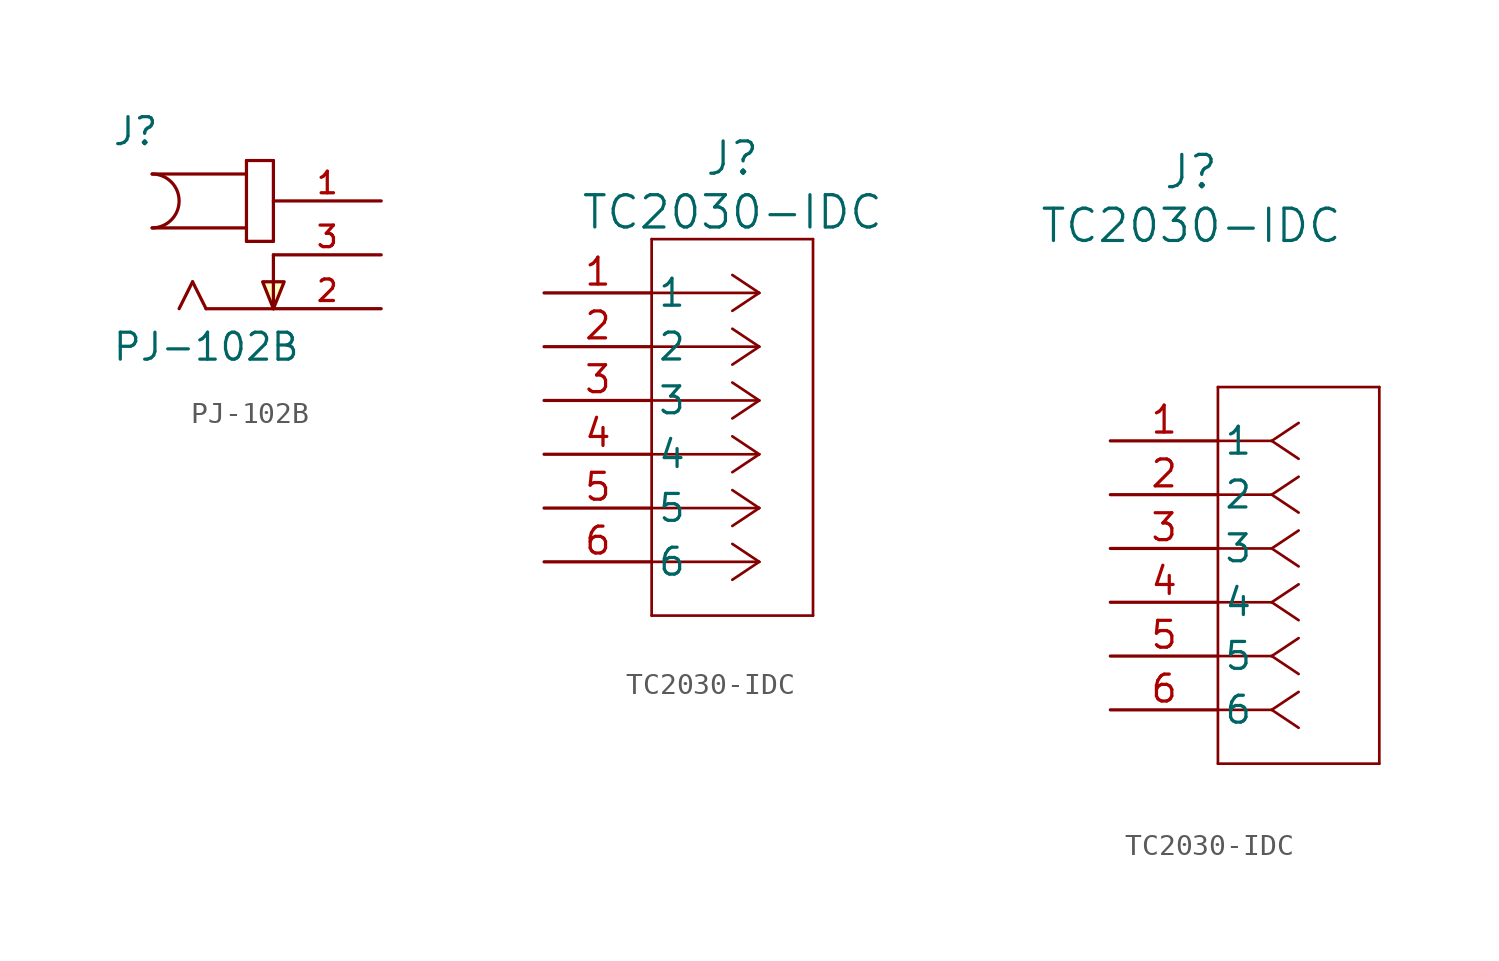
<source format=kicad_sym>
(kicad_symbol_lib
  (version 20220914)
  (generator kicad_symbol_editor)
  (symbol "PJ-102B"
    (pin_names
      (offset 1.016) hide)
    (property "Reference" "J"
      (at -7.62 5.08 0)
      (effects (font (size 1.27 1.27)) (justify left bottom)))
    (property "Value" "PJ-102B"
      (at -7.62 -5.08 0)
      (effects (font (size 1.27 1.27)) (justify left bottom)))
    (property "ki_locked" ""
      (at 0 0 0)
      (effects (font (size 1.27 1.27))))
    (symbol "PJ-102B_0_0"
      (arc (start -5.715 1.27) (mid -4.4505 2.54) (end -5.715 3.81) (stroke (width 0.1524) (type solid)) (fill (type none)))
      (polyline (pts (xy -5.715 3.81) (xy -1.27 3.81)) (stroke (width 0.152) (type solid)) (fill (type none)))
      (polyline (pts (xy -3.81 -1.27) (xy -4.445 -2.54)) (stroke (width 0.152) (type solid)) (fill (type none)))
      (polyline (pts (xy -3.175 -2.54) (xy -3.81 -1.27)) (stroke (width 0.152) (type solid)) (fill (type none)))
      (polyline (pts (xy -1.27 0.635) (xy 0 0.635)) (stroke (width 0.152) (type solid)) (fill (type none)))
      (polyline (pts (xy -1.27 1.27) (xy -5.715 1.27)) (stroke (width 0.152) (type solid)) (fill (type none)))
      (polyline (pts (xy -1.27 1.27) (xy -1.27 0.635)) (stroke (width 0.152) (type solid)) (fill (type none)))
      (polyline (pts (xy -1.27 3.81) (xy -1.27 1.27)) (stroke (width 0.152) (type solid)) (fill (type none)))
      (polyline (pts (xy -1.27 4.445) (xy -1.27 3.81)) (stroke (width 0.152) (type solid)) (fill (type none)))
      (polyline (pts (xy 0 -2.54) (xy -3.175 -2.54)) (stroke (width 0.152) (type solid)) (fill (type none)))
      (polyline (pts (xy 0 0) (xy 0 -2.54)) (stroke (width 0.152) (type solid)) (fill (type none)))
      (polyline (pts (xy 0 0.635) (xy 0 4.445)) (stroke (width 0.152) (type solid)) (fill (type none)))
      (polyline (pts (xy 0 4.445) (xy -1.27 4.445)) (stroke (width 0.152) (type solid)) (fill (type none)))
      (polyline (pts (xy 0 -2.54) (xy -0.508 -1.27) (xy 0.508 -1.27) (xy 0 -2.54)) (stroke (width 0.152) (type solid)) (fill (type background)))
      (pin passive line (at 5.08 2.54 180) (length 5.08) (name "~" (effects (font (size 1.016 1.016)))) (number "1" (effects (font (size 1.016 1.016)))))
      (pin passive line (at 5.08 -2.54 180) (length 5.08) (name "~" (effects (font (size 1.016 1.016)))) (number "2" (effects (font (size 1.016 1.016)))))
      (pin passive line (at 5.08 0 180) (length 5.08) (name "~" (effects (font (size 1.016 1.016)))) (number "3" (effects (font (size 1.016 1.016)))))))
  (symbol "TC2030-IDC"
    (pin_names
      (offset 0.254))
    (property "Reference" "J"
      (at 3.81 12.7 0)
      (effects (font (size 1.524 1.524))))
    (property "Value" "TC2030-IDC"
      (at 3.81 10.16 0)
      (effects (font (size 1.524 1.524))))
    (property "ki_locked" ""
      (at 0 0 0)
      (effects (font (size 1.27 1.27))))
    (symbol "TC2030-IDC_1_1"
      (polyline (pts (xy 0 -8.89) (xy 7.62 -8.89)) (stroke (width 0.127) (type default)) (fill (type none)))
      (polyline (pts (xy 0 8.89) (xy 0 -8.89)) (stroke (width 0.127) (type default)) (fill (type none)))
      (polyline (pts (xy 5.08 -6.35) (xy 0 -6.35)) (stroke (width 0.127) (type default)) (fill (type none)))
      (polyline (pts (xy 5.08 -6.35) (xy 3.81 -7.197)) (stroke (width 0.127) (type default)) (fill (type none)))
      (polyline (pts (xy 5.08 -6.35) (xy 3.81 -5.503)) (stroke (width 0.127) (type default)) (fill (type none)))
      (polyline (pts (xy 5.08 -3.81) (xy 0 -3.81)) (stroke (width 0.127) (type default)) (fill (type none)))
      (polyline (pts (xy 5.08 -3.81) (xy 3.81 -4.657)) (stroke (width 0.127) (type default)) (fill (type none)))
      (polyline (pts (xy 5.08 -3.81) (xy 3.81 -2.963)) (stroke (width 0.127) (type default)) (fill (type none)))
      (polyline (pts (xy 5.08 -1.27) (xy 0 -1.27)) (stroke (width 0.127) (type default)) (fill (type none)))
      (polyline (pts (xy 5.08 -1.27) (xy 3.81 -2.117)) (stroke (width 0.127) (type default)) (fill (type none)))
      (polyline (pts (xy 5.08 -1.27) (xy 3.81 -0.423)) (stroke (width 0.127) (type default)) (fill (type none)))
      (polyline (pts (xy 5.08 1.27) (xy 0 1.27)) (stroke (width 0.127) (type default)) (fill (type none)))
      (polyline (pts (xy 5.08 1.27) (xy 3.81 0.423)) (stroke (width 0.127) (type default)) (fill (type none)))
      (polyline (pts (xy 5.08 1.27) (xy 3.81 2.117)) (stroke (width 0.127) (type default)) (fill (type none)))
      (polyline (pts (xy 5.08 3.81) (xy 0 3.81)) (stroke (width 0.127) (type default)) (fill (type none)))
      (polyline (pts (xy 5.08 3.81) (xy 3.81 2.963)) (stroke (width 0.127) (type default)) (fill (type none)))
      (polyline (pts (xy 5.08 3.81) (xy 3.81 4.657)) (stroke (width 0.127) (type default)) (fill (type none)))
      (polyline (pts (xy 5.08 6.35) (xy 0 6.35)) (stroke (width 0.127) (type default)) (fill (type none)))
      (polyline (pts (xy 5.08 6.35) (xy 3.81 5.503)) (stroke (width 0.127) (type default)) (fill (type none)))
      (polyline (pts (xy 5.08 6.35) (xy 3.81 7.197)) (stroke (width 0.127) (type default)) (fill (type none)))
      (polyline (pts (xy 7.62 -8.89) (xy 7.62 8.89)) (stroke (width 0.127) (type default)) (fill (type none)))
      (polyline (pts (xy 7.62 8.89) (xy 0 8.89)) (stroke (width 0.127) (type default)) (fill (type none)))
      (pin passive line (at -5.08 6.35 0) (length 5.08) (name "1" (effects (font (size 1.27 1.27)))) (number "1" (effects (font (size 1.27 1.27)))))
      (pin passive line (at -5.08 3.81 0) (length 5.08) (name "2" (effects (font (size 1.27 1.27)))) (number "2" (effects (font (size 1.27 1.27)))))
      (pin passive line (at -5.08 1.27 0) (length 5.08) (name "3" (effects (font (size 1.27 1.27)))) (number "3" (effects (font (size 1.27 1.27)))))
      (pin passive line (at -5.08 -1.27 0) (length 5.08) (name "4" (effects (font (size 1.27 1.27)))) (number "4" (effects (font (size 1.27 1.27)))))
      (pin passive line (at -5.08 -3.81 0) (length 5.08) (name "5" (effects (font (size 1.27 1.27)))) (number "5" (effects (font (size 1.27 1.27)))))
      (pin passive line (at -5.08 -6.35 0) (length 5.08) (name "6" (effects (font (size 1.27 1.27)))) (number "6" (effects (font (size 1.27 1.27))))))
    (symbol "TC2030-IDC_1_2"
      (polyline (pts (xy 5.08 -15.24) (xy 12.7 -15.24)) (stroke (width 0.127) (type default)) (fill (type none)))
      (polyline (pts (xy 5.08 2.54) (xy 5.08 -15.24)) (stroke (width 0.127) (type default)) (fill (type none)))
      (polyline (pts (xy 7.62 -12.7) (xy 5.08 -12.7)) (stroke (width 0.127) (type default)) (fill (type none)))
      (polyline (pts (xy 7.62 -12.7) (xy 8.89 -13.547)) (stroke (width 0.127) (type default)) (fill (type none)))
      (polyline (pts (xy 7.62 -12.7) (xy 8.89 -11.853)) (stroke (width 0.127) (type default)) (fill (type none)))
      (polyline (pts (xy 7.62 -10.16) (xy 5.08 -10.16)) (stroke (width 0.127) (type default)) (fill (type none)))
      (polyline (pts (xy 7.62 -10.16) (xy 8.89 -11.007)) (stroke (width 0.127) (type default)) (fill (type none)))
      (polyline (pts (xy 7.62 -10.16) (xy 8.89 -9.313)) (stroke (width 0.127) (type default)) (fill (type none)))
      (polyline (pts (xy 7.62 -7.62) (xy 5.08 -7.62)) (stroke (width 0.127) (type default)) (fill (type none)))
      (polyline (pts (xy 7.62 -7.62) (xy 8.89 -8.467)) (stroke (width 0.127) (type default)) (fill (type none)))
      (polyline (pts (xy 7.62 -7.62) (xy 8.89 -6.773)) (stroke (width 0.127) (type default)) (fill (type none)))
      (polyline (pts (xy 7.62 -5.08) (xy 5.08 -5.08)) (stroke (width 0.127) (type default)) (fill (type none)))
      (polyline (pts (xy 7.62 -5.08) (xy 8.89 -5.927)) (stroke (width 0.127) (type default)) (fill (type none)))
      (polyline (pts (xy 7.62 -5.08) (xy 8.89 -4.233)) (stroke (width 0.127) (type default)) (fill (type none)))
      (polyline (pts (xy 7.62 -2.54) (xy 5.08 -2.54)) (stroke (width 0.127) (type default)) (fill (type none)))
      (polyline (pts (xy 7.62 -2.54) (xy 8.89 -3.387)) (stroke (width 0.127) (type default)) (fill (type none)))
      (polyline (pts (xy 7.62 -2.54) (xy 8.89 -1.693)) (stroke (width 0.127) (type default)) (fill (type none)))
      (polyline (pts (xy 7.62 0) (xy 5.08 0)) (stroke (width 0.127) (type default)) (fill (type none)))
      (polyline (pts (xy 7.62 0) (xy 8.89 -0.847)) (stroke (width 0.127) (type default)) (fill (type none)))
      (polyline (pts (xy 7.62 0) (xy 8.89 0.847)) (stroke (width 0.127) (type default)) (fill (type none)))
      (polyline (pts (xy 12.7 -15.24) (xy 12.7 2.54)) (stroke (width 0.127) (type default)) (fill (type none)))
      (polyline (pts (xy 12.7 2.54) (xy 5.08 2.54)) (stroke (width 0.127) (type default)) (fill (type none)))
      (pin passive line (at 0 0 0) (length 5.08) (name "1" (effects (font (size 1.27 1.27)))) (number "1" (effects (font (size 1.27 1.27)))))
      (pin passive line (at 0 -2.54 0) (length 5.08) (name "2" (effects (font (size 1.27 1.27)))) (number "2" (effects (font (size 1.27 1.27)))))
      (pin passive line (at 0 -5.08 0) (length 5.08) (name "3" (effects (font (size 1.27 1.27)))) (number "3" (effects (font (size 1.27 1.27)))))
      (pin passive line (at 0 -7.62 0) (length 5.08) (name "4" (effects (font (size 1.27 1.27)))) (number "4" (effects (font (size 1.27 1.27)))))
      (pin passive line (at 0 -10.16 0) (length 5.08) (name "5" (effects (font (size 1.27 1.27)))) (number "5" (effects (font (size 1.27 1.27)))))
      (pin passive line (at 0 -12.7 0) (length 5.08) (name "6" (effects (font (size 1.27 1.27)))) (number "6" (effects (font (size 1.27 1.27))))))))
</source>
